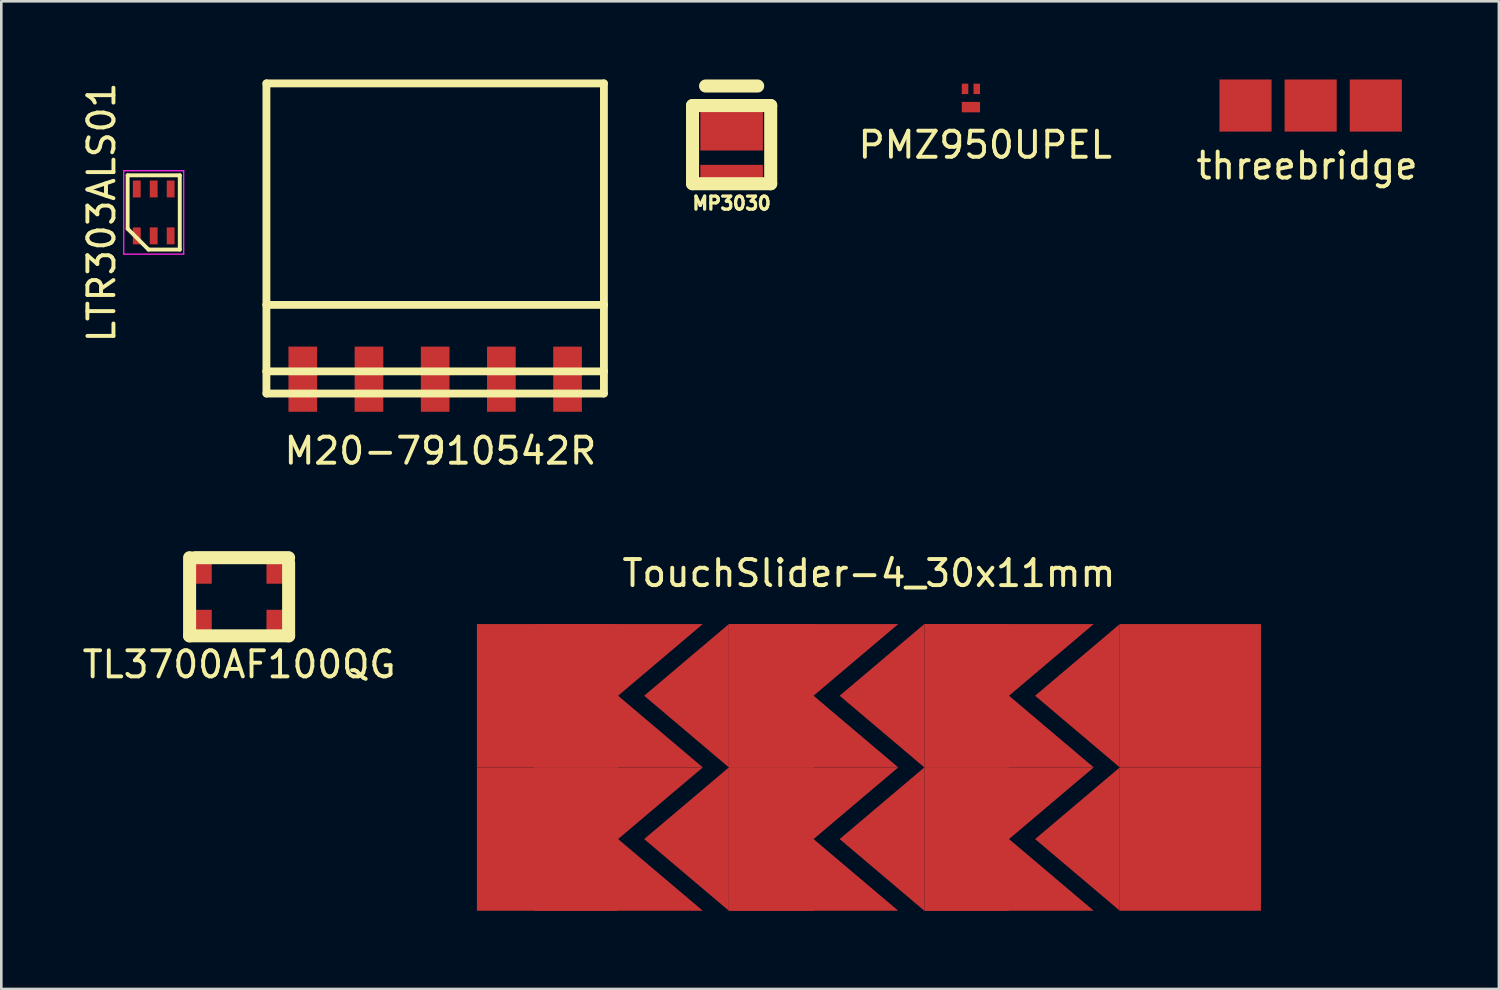
<source format=kicad_pcb>
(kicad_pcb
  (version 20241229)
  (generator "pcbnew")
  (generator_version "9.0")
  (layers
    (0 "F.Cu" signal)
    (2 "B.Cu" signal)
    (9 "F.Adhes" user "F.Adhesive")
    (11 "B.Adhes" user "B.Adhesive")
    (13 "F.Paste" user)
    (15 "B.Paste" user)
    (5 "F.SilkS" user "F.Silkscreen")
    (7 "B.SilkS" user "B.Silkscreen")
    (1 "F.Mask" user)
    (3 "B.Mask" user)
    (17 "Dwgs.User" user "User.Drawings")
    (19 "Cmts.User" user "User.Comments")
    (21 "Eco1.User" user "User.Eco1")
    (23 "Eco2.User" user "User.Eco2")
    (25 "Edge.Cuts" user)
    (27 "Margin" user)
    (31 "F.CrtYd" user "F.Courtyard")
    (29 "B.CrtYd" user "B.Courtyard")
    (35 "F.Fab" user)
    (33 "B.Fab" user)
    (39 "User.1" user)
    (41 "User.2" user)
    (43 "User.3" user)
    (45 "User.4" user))
  (footprint "TL3700AF100QG"
    (layer "F.Cu")
    (at 6.125 19.848)
    (property "Reference" "TL3700AF100QG" (at 0 2.6 0) (layer "F.SilkS") (effects (font (size 1 1) (thickness 0.15))))
    (attr through_hole)
    (fp_line (start -1.9 -1.5) (end -1.9 1.5) (stroke (width 0.5) (type solid)) (layer "F.SilkS"))
    (fp_line (start -1.9 1.5) (end 1.9 1.5) (stroke (width 0.5) (type solid)) (layer "F.SilkS"))
    (fp_line (start -1.7 -1.5) (end 1.9 -1.5) (stroke (width 0.5) (type solid)) (layer "F.SilkS"))
    (fp_line (start 1.9 -1.3) (end 1.9 1.5) (stroke (width 0.5) (type solid)) (layer "F.SilkS"))
    (pad "1" smd rect (at -1.425 0.9) (size 0.75 0.8) (layers "F.Cu" "F.Mask" "F.Paste"))
    (pad "1" smd rect (at 1.425 0.9) (size 0.75 0.8) (layers "F.Cu" "F.Mask" "F.Paste"))
    (pad "2" smd rect (at -1.425 -0.9) (size 0.75 0.8) (layers "F.Cu" "F.Mask" "F.Paste"))
    (pad "2" smd rect (at 1.425 -0.9) (size 0.75 0.8) (layers "F.Cu" "F.Mask" "F.Paste")))
  (footprint "TouchSlider-4_30x11mm"
    (layer "F.Cu")
    (at 30.292 26.396)
    (property "Reference" "TouchSlider-4_30x11mm" (at 0 -7.45 0) (layer "F.SilkS") (effects (font (size 1 1) (thickness 0.15))))
    (attr smd)
    (pad "1" smd rect (at -12.333 -2.75) (size 5.417 5.5) (layers "F.Cu" "F.Mask"))
    (pad "1" smd rect (at -12.333 2.75) (size 5.417 5.5) (layers "F.Cu" "F.Mask"))
    (pad "1" smd trapezoid (at -9.625 -4.125) (size 3.25 2.75) (rect_delta 0 -3.25) (layers "F.Cu" "F.Mask"))
    (pad "1" smd trapezoid (at -9.625 -1.375) (size 3.25 2.75) (rect_delta 0 3.25) (layers "F.Cu" "F.Mask"))
    (pad "1" smd trapezoid (at -9.625 1.375) (size 3.25 2.75) (rect_delta 0 -3.25) (layers "F.Cu" "F.Mask"))
    (pad "1" smd trapezoid (at -9.625 4.125) (size 3.25 2.75) (rect_delta 0 3.25) (layers "F.Cu" "F.Mask"))
    (pad "2" smd trapezoid (at -7 -2.75) (size 3.25 2.75) (rect_delta -2.75 0) (layers "F.Cu" "F.Mask"))
    (pad "2" smd trapezoid (at -7 2.75) (size 3.25 2.75) (rect_delta -2.75 0) (layers "F.Cu" "F.Mask"))
    (pad "2" smd rect (at -3.75 -2.75) (size 3.25 5.5) (layers "F.Cu" "F.Mask"))
    (pad "2" smd rect (at -3.75 2.75) (size 3.25 5.5) (layers "F.Cu" "F.Mask"))
    (pad "2" smd trapezoid (at -2.125 -4.125) (size 3.25 2.75) (rect_delta 0 -3.25) (layers "F.Cu" "F.Mask"))
    (pad "2" smd trapezoid (at -2.125 -1.375) (size 3.25 2.75) (rect_delta 0 3.25) (layers "F.Cu" "F.Mask"))
    (pad "2" smd trapezoid (at -2.125 1.375) (size 3.25 2.75) (rect_delta 0 -3.25) (layers "F.Cu" "F.Mask"))
    (pad "2" smd trapezoid (at -2.125 4.125) (size 3.25 2.75) (rect_delta 0 3.25) (layers "F.Cu" "F.Mask"))
    (pad "3" smd trapezoid (at 0.5 -2.75) (size 3.25 2.75) (rect_delta -2.75 0) (layers "F.Cu" "F.Mask"))
    (pad "3" smd trapezoid (at 0.5 2.75) (size 3.25 2.75) (rect_delta -2.75 0) (layers "F.Cu" "F.Mask"))
    (pad "3" smd rect (at 3.75 -2.75) (size 3.25 5.5) (layers "F.Cu" "F.Mask"))
    (pad "3" smd rect (at 3.75 2.75) (size 3.25 5.5) (layers "F.Cu" "F.Mask"))
    (pad "3" smd trapezoid (at 5.375 -4.125) (size 3.25 2.75) (rect_delta 0 -3.25) (layers "F.Cu" "F.Mask"))
    (pad "3" smd trapezoid (at 5.375 -1.375) (size 3.25 2.75) (rect_delta 0 3.25) (layers "F.Cu" "F.Mask"))
    (pad "3" smd trapezoid (at 5.375 1.375) (size 3.25 2.75) (rect_delta 0 -3.25) (layers "F.Cu" "F.Mask"))
    (pad "3" smd trapezoid (at 5.375 4.125) (size 3.25 2.75) (rect_delta 0 3.25) (layers "F.Cu" "F.Mask"))
    (pad "4" smd trapezoid (at 8 -2.75) (size 3.25 2.75) (rect_delta -2.75 0) (layers "F.Cu" "F.Mask"))
    (pad "4" smd trapezoid (at 8 2.75) (size 3.25 2.75) (rect_delta -2.75 0) (layers "F.Cu" "F.Mask"))
    (pad "4" smd rect (at 12.333 -2.75) (size 5.417 5.5) (layers "F.Cu" "F.Mask"))
    (pad "4" smd rect (at 12.333 2.75) (size 5.417 5.5) (layers "F.Cu" "F.Mask")))
  (footprint "LTR303ALS01"
    (layer "F.Cu")
    (at 2.848 5.101)
    (property "Reference" "LTR303ALS01" (at -2 0 90) (layer "F.SilkS") (effects (font (size 1 1) (thickness 0.15))))
    (attr smd)
    (fp_line (start -1 -1.425) (end 1 -1.425) (stroke (width 0.15) (type solid)) (layer "F.SilkS"))
    (fp_line (start -1 0.625) (end -1 -1.425) (stroke (width 0.15) (type solid)) (layer "F.SilkS"))
    (fp_line (start -0.2 1.425) (end -1 0.625) (stroke (width 0.15) (type solid)) (layer "F.SilkS"))
    (fp_line (start 1 -1.425) (end 1 1.425) (stroke (width 0.15) (type solid)) (layer "F.SilkS"))
    (fp_line (start 1 1.425) (end -0.2 1.425) (stroke (width 0.15) (type solid)) (layer "F.SilkS"))
    (fp_line (start -1.15 -1.6) (end 1.15 -1.6) (stroke (width 0.05) (type solid)) (layer "F.CrtYd"))
    (fp_line (start -1.15 1.6) (end -1.15 -1.6) (stroke (width 0.05) (type solid)) (layer "F.CrtYd"))
    (fp_line (start 1.15 -1.6) (end 1.15 1.6) (stroke (width 0.05) (type solid)) (layer "F.CrtYd"))
    (fp_line (start 1.15 1.6) (end -1.15 1.6) (stroke (width 0.05) (type solid)) (layer "F.CrtYd"))
    (pad "1" smd rect (at -0.65 0.9) (size 0.3 0.65) (layers "F.Cu" "F.Mask" "F.Paste"))
    (pad "2" smd rect (at 0 0.9) (size 0.3 0.65) (layers "F.Cu" "F.Mask" "F.Paste"))
    (pad "3" smd rect (at 0.65 0.9) (size 0.3 0.65) (layers "F.Cu" "F.Mask" "F.Paste"))
    (pad "4" smd rect (at 0.65 -0.9) (size 0.3 0.65) (layers "F.Cu" "F.Mask" "F.Paste"))
    (pad "5" smd rect (at 0 -0.9) (size 0.3 0.65) (layers "F.Cu" "F.Mask" "F.Paste"))
    (pad "6" smd rect (at -0.65 -0.9) (size 0.3 0.65) (layers "F.Cu" "F.Mask" "F.Paste")))
  (footprint "threebridge"
    (layer "F.Cu")
    (at 47.241 1)
    (property "Reference" "threebridge" (at -0.14 2.31 0) (layer "F.SilkS") (effects (font (size 1 1) (thickness 0.15))))
    (attr through_hole)
    (pad "1" smd rect (at -2.5 0) (size 2 2) (layers "F.Cu" "F.Mask" "F.Paste"))
    (pad "2" smd rect (at 0 0) (size 2 2) (layers "F.Cu" "F.Mask" "F.Paste"))
    (pad "3" smd rect (at 2.5 0) (size 2 2) (layers "F.Cu" "F.Mask" "F.Paste")))
  (footprint "PMZ950UPEL"
    (layer "F.Cu")
    (at 34.205 0.71)
    (property "Reference" "PMZ950UPEL" (at 0.55 1.8 0) (layer "F.SilkS") (effects (font (size 1 1) (thickness 0.15))))
    (attr through_hole)
    (fp_line (start -0.45 -0.65) (end -0.45 0.65) (stroke (width 0.12) (type solid)) (layer "B.Paste"))
    (fp_line (start -0.45 0.65) (end 0.45 0.65) (stroke (width 0.12) (type solid)) (layer "B.Paste"))
    (fp_line (start 0.45 -0.65) (end -0.45 -0.65) (stroke (width 0.12) (type solid)) (layer "B.Paste"))
    (fp_line (start 0.45 0.65) (end 0.45 -0.65) (stroke (width 0.12) (type solid)) (layer "B.Paste"))
    (pad "1" smd rect (at 0.225 -0.35) (size 0.25 0.4) (layers "F.Cu" "F.Mask" "F.Paste"))
    (pad "2" smd rect (at -0.225 -0.35) (size 0.25 0.4) (layers "F.Cu" "F.Mask" "F.Paste"))
    (pad "3" smd rect (at 0 0.35) (size 0.7 0.4) (layers "F.Cu" "F.Mask" "F.Paste")))
  (footprint "M20-7910542R"
    (layer "F.Cu")
    (at 13.648 11.05)
    (property "Reference" "M20-7910542R" (at 0.2 3.2 0) (layer "F.SilkS") (effects (font (size 1 1) (thickness 0.15))))
    (attr through_hole)
    (fp_line (start -6.475 -10.9) (end 6.475 -10.9) (stroke (width 0.3) (type solid)) (layer "F.SilkS"))
    (fp_line (start -6.475 -2.4) (end -6.475 -10.9) (stroke (width 0.3) (type solid)) (layer "F.SilkS"))
    (fp_line (start -6.475 -2.4) (end 6.475 -2.4) (stroke (width 0.3) (type solid)) (layer "F.SilkS"))
    (fp_line (start -6.475 0.15) (end -6.475 -2.4) (stroke (width 0.3) (type solid)) (layer "F.SilkS"))
    (fp_line (start -6.475 0.15) (end -6.475 1) (stroke (width 0.3) (type solid)) (layer "F.SilkS"))
    (fp_line (start -6.475 0.15) (end 6.475 0.15) (stroke (width 0.3) (type solid)) (layer "F.SilkS"))
    (fp_line (start -6.475 1) (end 6.475 1) (stroke (width 0.3) (type solid)) (layer "F.SilkS"))
    (fp_line (start 6.475 -2.4) (end 6.475 -10.9) (stroke (width 0.3) (type solid)) (layer "F.SilkS"))
    (fp_line (start 6.475 0.15) (end 6.475 -2.4) (stroke (width 0.3) (type solid)) (layer "F.SilkS"))
    (fp_line (start 6.475 1) (end 6 1) (stroke (width 0.12) (type solid)) (layer "F.SilkS"))
    (fp_line (start 6.475 1) (end 6.475 0.15) (stroke (width 0.3) (type solid)) (layer "F.SilkS"))
    (pad "1" smd rect (at -5.08 0.45) (size 1.1 2.5) (layers "F.Cu" "F.Mask" "F.Paste"))
    (pad "2" smd rect (at -2.54 0.45) (size 1.1 2.5) (layers "F.Cu" "F.Mask" "F.Paste"))
    (pad "3" smd rect (at 0 0.45) (size 1.1 2.5) (layers "F.Cu" "F.Mask" "F.Paste"))
    (pad "4" smd rect (at 2.54 0.45) (size 1.1 2.5) (layers "F.Cu" "F.Mask" "F.Paste"))
    (pad "5" smd rect (at 5.08 0.45) (size 1.1 2.5) (layers "F.Cu" "F.Mask" "F.Paste")))
  (footprint "MP3030"
    (layer "F.Cu")
    (at 25.023 2.5)
    (property "Reference" "MP3030" (at 0 2.25 0) (layer "F.SilkS") (effects (font (size 0.5 0.5) (thickness 0.125))))
    (attr through_hole)
    (fp_line (start -1.5 -1.5) (end 1.5 -1.5) (stroke (width 0.5) (type solid)) (layer "F.SilkS"))
    (fp_line (start -1.5 1.5) (end -1.5 -1.5) (stroke (width 0.5) (type solid)) (layer "F.SilkS"))
    (fp_line (start -1 -2.25) (end 1 -2.25) (stroke (width 0.5) (type solid)) (layer "F.SilkS"))
    (fp_line (start 1.5 -1.5) (end 1.5 1.5) (stroke (width 0.5) (type solid)) (layer "F.SilkS"))
    (fp_line (start 1.5 1.5) (end -1.5 1.5) (stroke (width 0.5) (type solid)) (layer "F.SilkS"))
    (pad "1" smd rect (at 0 -0.575) (size 2.4 1.6) (layers "F.Cu" "F.Mask" "F.Paste"))
    (pad "2" smd rect (at 0 1.075) (size 2.4 0.6) (layers "F.Cu" "F.Mask" "F.Paste")))
  (gr_rect
    (start -3 -3)
    (end 54.464 34.897)
    (stroke (width 0.1) (type default))
    (fill no)
    (layer "Edge.Cuts")))
</source>
